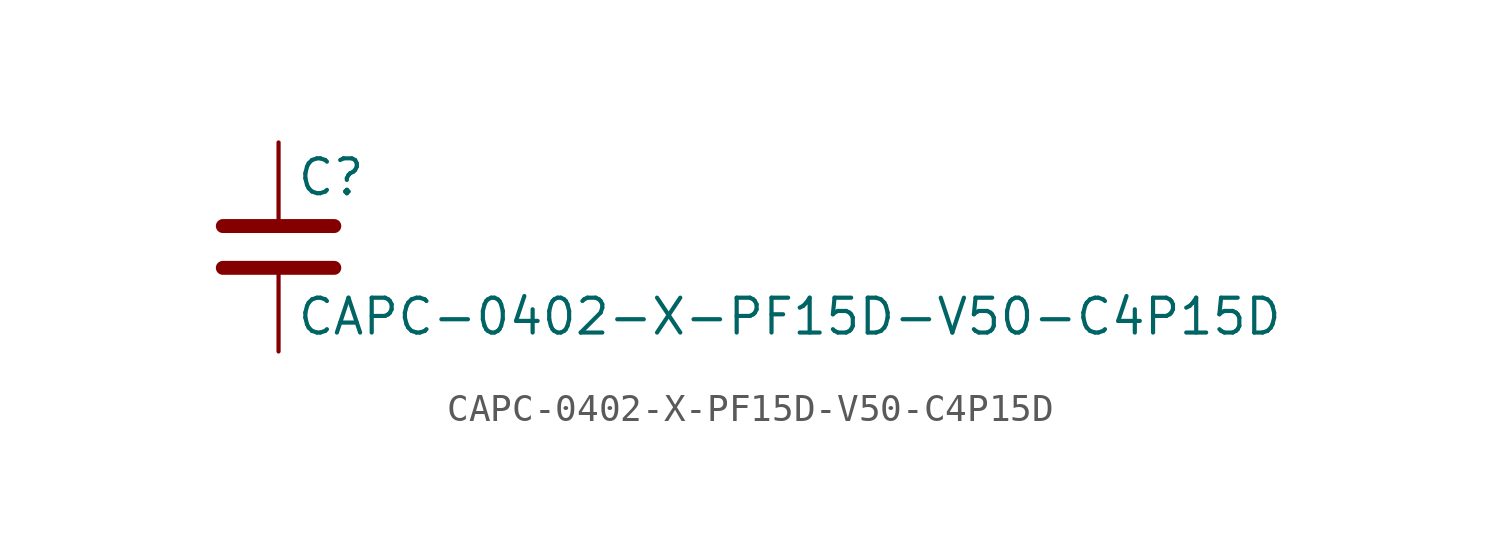
<source format=kicad_sym>
(kicad_symbol_lib
  (version 20211014)
  (generator kicad_symbol_editor)
  (symbol "CAPC-0402-X-PF15D-V50-C4P15D"
    (pin_numbers hide)
    (pin_names
      (offset 0.254))
    (property "Reference" "C"
      (at 0.635 2.54 0)
      (effects (font (size 1.27 1.27)) (justify left)))
    (property "Value" "CAPC-0402-X-PF15D-V50-C4P15D"
      (at 0.635 -2.54 0)
      (effects (font (size 1.27 1.27)) (justify left)))
    (symbol "CAPC-0402-X-PF15D-V50-C4P15D_0_1"
      (polyline (pts (xy -2.032 -0.762) (xy 2.032 -0.762)) (stroke (width 0.508) (type default) (color 0 0 0 0)) (fill (type none)))
      (polyline (pts (xy -2.032 0.762) (xy 2.032 0.762)) (stroke (width 0.508) (type default) (color 0 0 0 0)) (fill (type none))))
    (symbol "CAPC-0402-X-PF15D-V50-C4P15D_1_1"
      (pin passive line (at 0 3.81 270) (length 2.794) (name "~" (effects (font (size 1.27 1.27)))) (number "1" (effects (font (size 1.27 1.27)))))
      (pin passive line (at 0 -3.81 90) (length 2.794) (name "~" (effects (font (size 1.27 1.27)))) (number "2" (effects (font (size 1.27 1.27))))))))
</source>
